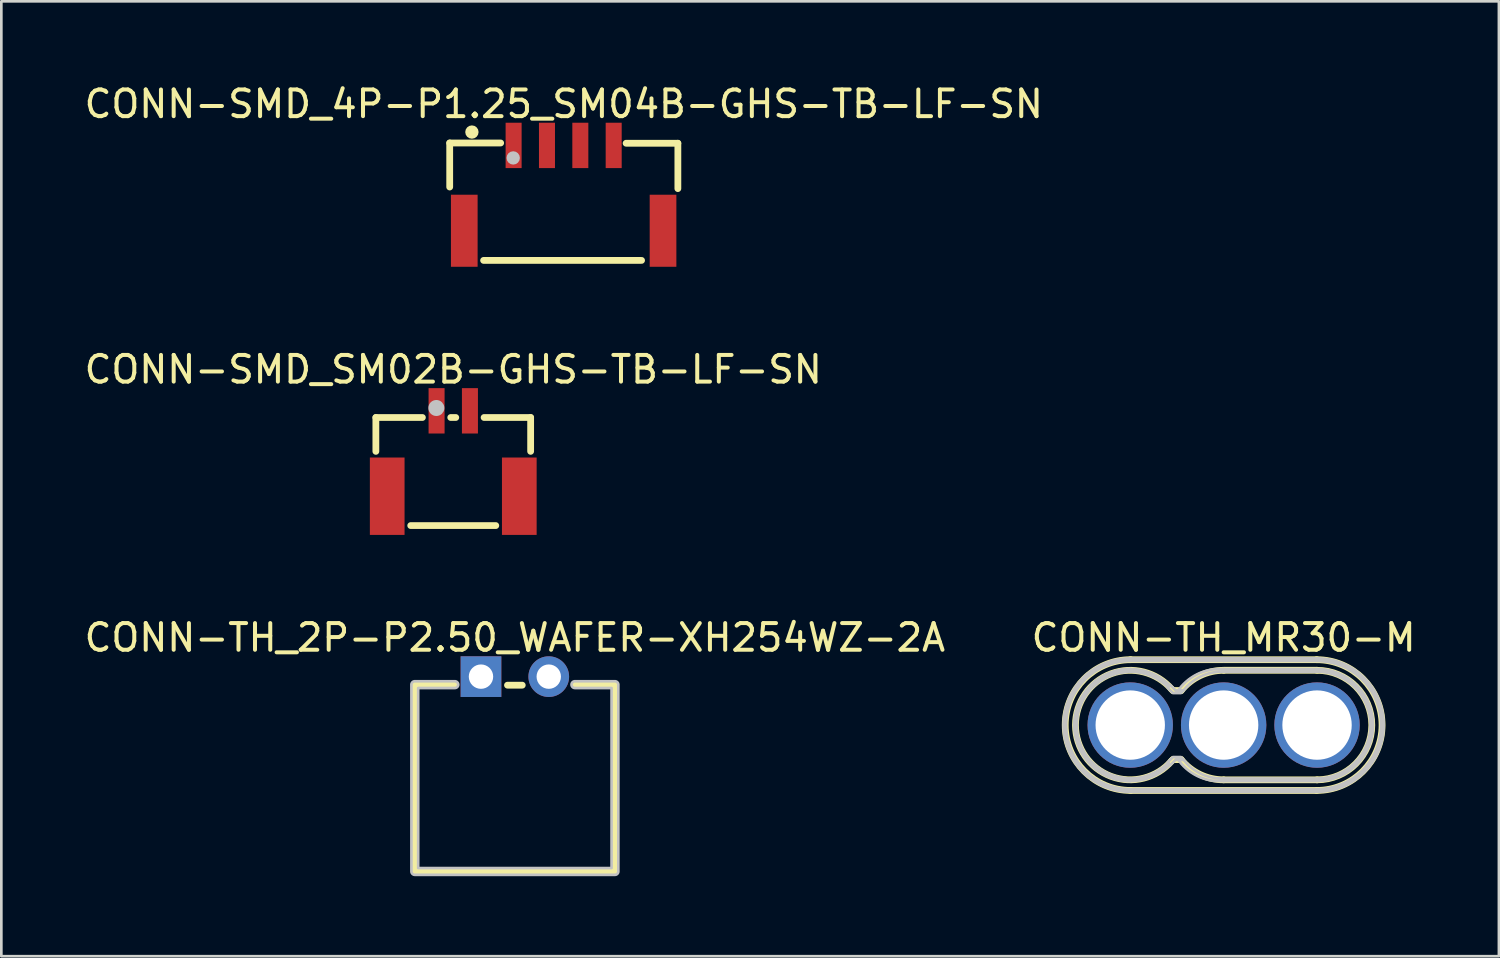
<source format=kicad_pcb>
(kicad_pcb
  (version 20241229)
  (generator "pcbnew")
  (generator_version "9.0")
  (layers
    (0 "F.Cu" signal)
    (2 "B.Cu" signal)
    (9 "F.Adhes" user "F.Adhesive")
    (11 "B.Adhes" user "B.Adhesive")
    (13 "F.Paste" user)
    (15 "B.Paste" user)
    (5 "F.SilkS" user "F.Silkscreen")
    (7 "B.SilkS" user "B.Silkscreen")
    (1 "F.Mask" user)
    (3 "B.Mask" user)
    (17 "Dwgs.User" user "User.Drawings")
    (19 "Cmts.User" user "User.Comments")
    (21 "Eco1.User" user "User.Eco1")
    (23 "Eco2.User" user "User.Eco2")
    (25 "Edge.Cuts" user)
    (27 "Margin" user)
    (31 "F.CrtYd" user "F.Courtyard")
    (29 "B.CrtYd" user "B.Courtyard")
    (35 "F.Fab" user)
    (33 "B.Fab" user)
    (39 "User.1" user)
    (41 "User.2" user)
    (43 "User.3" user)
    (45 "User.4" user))
  (footprint "CONN-SMD_4P-P1.25_SM04B-GHS-TB-LF-SN"
    (layer "F.Cu")
    (at 18.072 3.998)
    (property "Reference" "CONN-SMD_4P-P1.25_SM04B-GHS-TB-LF-SN" (at 0.005 -3.15 0) (layer "F.SilkS") (effects (font (size 1 1) (thickness 0.15))))
    (fp_line (start -4.27 -1.69) (end -4.27 -0.04) (stroke (width 0.254) (type default)) (layer "F.SilkS"))
    (fp_line (start -3 2.71) (end 2.92 2.71) (stroke (width 0.254) (type default)) (layer "F.SilkS"))
    (fp_line (start -2.36 -1.69) (end -4.27 -1.69) (stroke (width 0.254) (type default)) (layer "F.SilkS"))
    (fp_line (start 2.34 -1.68) (end 4.28 -1.68) (stroke (width 0.254) (type default)) (layer "F.SilkS"))
    (fp_line (start 4.28 -1.68) (end 4.28 0.02) (stroke (width 0.254) (type default)) (layer "F.SilkS"))
    (fp_circle (center -3.438 -2.099) (end -3.313 -2.099) (stroke (width 0.25) (type default)) (fill no) (layer "F.SilkS"))
    (fp_circle (center -1.89 -1.13) (end -1.765 -1.13) (stroke (width 0.25) (type default)) (fill no) (layer "Dwgs.User"))
    (fp_poly (pts (xy -3.874 0.57) (xy -3.575 0.57) (xy -3.575 2.57) (xy -3.874 2.57)) (stroke (width 0.1) (type default)) (fill no) (layer "User.1"))
    (fp_poly (pts (xy -1.976 -2.28) (xy -1.776 -2.28) (xy -1.776 -1.38) (xy -1.976 -1.38)) (stroke (width 0.1) (type default)) (fill no) (layer "User.1"))
    (fp_poly (pts (xy -0.726 -2.28) (xy -0.525 -2.28) (xy -0.525 -1.38) (xy -0.726 -1.38)) (stroke (width 0.1) (type default)) (fill no) (layer "User.1"))
    (fp_poly (pts (xy 0.524 -2.28) (xy 0.725 -2.28) (xy 0.725 -1.38) (xy 0.524 -1.38)) (stroke (width 0.1) (type default)) (fill no) (layer "User.1"))
    (fp_poly (pts (xy 1.77 -2.28) (xy 1.97 -2.28) (xy 1.97 -1.38) (xy 1.77 -1.38)) (stroke (width 0.1) (type default)) (fill no) (layer "User.1"))
    (fp_poly (pts (xy 3.575 0.57) (xy 3.874 0.57) (xy 3.874 2.57) (xy 3.575 2.57)) (stroke (width 0.1) (type default)) (fill no) (layer "User.1"))
    (fp_line (start -4.12 -1.48) (end 4.13 -1.48) (stroke (width 0.051) (type default)) (layer "User.2"))
    (fp_line (start -4.12 2.57) (end -4.12 -1.48) (stroke (width 0.051) (type default)) (layer "User.2"))
    (fp_line (start 4.13 -1.48) (end 4.13 2.57) (stroke (width 0.051) (type default)) (layer "User.2"))
    (fp_line (start 4.13 2.57) (end -4.12 2.57) (stroke (width 0.051) (type default)) (layer "User.2"))
    (fp_poly (pts (xy -4.065 -2.303) (xy -4.097 -2.335) (xy -4.143 -2.335) (xy -4.175 -2.303) (xy -4.175 -2.257) (xy -4.143 -2.225) (xy -4.097 -2.225) (xy -4.065 -2.257)) (stroke (width 0.1) (type default)) (fill no) (layer "User.3"))
    (pad "1" smd rect (at -1.875 -1.599) (size 0.6 1.7) (layers "F.Cu" "F.Mask" "F.Paste"))
    (pad "2" smd rect (at -0.625 -1.599) (size 0.6 1.7) (layers "F.Cu" "F.Mask" "F.Paste"))
    (pad "3" smd rect (at 0.625 -1.599) (size 0.6 1.7) (layers "F.Cu" "F.Mask" "F.Paste"))
    (pad "4" smd rect (at 1.875 -1.599) (size 0.6 1.7) (layers "F.Cu" "F.Mask" "F.Paste"))
    (pad "5" smd rect (at 3.724 1.599) (size 1 2.7) (layers "F.Cu" "F.Mask" "F.Paste"))
    (pad "6" smd rect (at -3.724 1.599) (size 1 2.7) (layers "F.Cu" "F.Mask" "F.Paste")))
  (footprint "CONN-SMD_SM02B-GHS-TB-LF-SN"
    (layer "F.Cu")
    (at 13.935 13.945)
    (property "Reference" "CONN-SMD_SM02B-GHS-TB-LF-SN" (at 0 -3.15 0) (layer "F.SilkS") (effects (font (size 1 1) (thickness 0.15))))
    (fp_line (start -2.9 -1.35) (end -2.9 -0.081) (stroke (width 0.254) (type default)) (layer "F.SilkS"))
    (fp_line (start -2.9 -1.35) (end -1.156 -1.35) (stroke (width 0.254) (type default)) (layer "F.SilkS"))
    (fp_line (start -1.594 2.7) (end 1.594 2.7) (stroke (width 0.254) (type default)) (layer "F.SilkS"))
    (fp_line (start -0.094 -1.35) (end 0.094 -1.35) (stroke (width 0.254) (type default)) (layer "F.SilkS"))
    (fp_line (start 1.156 -1.35) (end 2.9 -1.35) (stroke (width 0.254) (type default)) (layer "F.SilkS"))
    (fp_line (start 2.9 -1.35) (end 2.9 -0.081) (stroke (width 0.254) (type default)) (layer "F.SilkS"))
    (fp_circle (center -0.633 -1.706) (end -0.483 -1.706) (stroke (width 0.3) (type default)) (fill no) (layer "Dwgs.User"))
    (fp_poly (pts (xy -2.575 0.723) (xy -2.375 0.723) (xy -2.375 2.723) (xy -2.575 2.723)) (stroke (width 0.1) (type default)) (fill no) (layer "User.1"))
    (fp_poly (pts (xy -0.725 -2.127) (xy -0.525 -2.127) (xy -0.525 -1.127) (xy -0.725 -1.127)) (stroke (width 0.1) (type default)) (fill no) (layer "User.1"))
    (fp_poly (pts (xy 0.525 -2.127) (xy 0.725 -2.127) (xy 0.725 -1.127) (xy 0.525 -1.127)) (stroke (width 0.1) (type default)) (fill no) (layer "User.1"))
    (fp_poly (pts (xy 2.375 0.723) (xy 2.575 0.723) (xy 2.575 2.723) (xy 2.375 2.723)) (stroke (width 0.1) (type default)) (fill no) (layer "User.1"))
    (fp_line (start -2.875 -1.327) (end 2.875 -1.327) (stroke (width 0.051) (type default)) (layer "User.2"))
    (fp_line (start -2.875 2.723) (end -2.875 -1.327) (stroke (width 0.051) (type default)) (layer "User.2"))
    (fp_line (start 2.875 -1.327) (end 2.875 2.723) (stroke (width 0.051) (type default)) (layer "User.2"))
    (fp_line (start 2.875 2.723) (end -2.875 2.723) (stroke (width 0.051) (type default)) (layer "User.2"))
    (fp_poly (pts (xy -2.82 -2.15) (xy -2.852 -2.182) (xy -2.898 -2.182) (xy -2.93 -2.15) (xy -2.93 -2.104) (xy -2.898 -2.072) (xy -2.852 -2.072) (xy -2.82 -2.104)) (stroke (width 0.1) (type default)) (fill no) (layer "User.3"))
    (pad "1" smd rect (at -0.625 -1.6) (size 0.6 1.7) (layers "F.Cu" "F.Mask" "F.Paste"))
    (pad "2" smd rect (at 0.625 -1.6) (size 0.6 1.7) (layers "F.Cu" "F.Mask" "F.Paste"))
    (pad "3" smd rect (at 2.475 1.6) (size 1.3 2.9) (layers "F.Cu" "F.Mask" "F.Paste"))
    (pad "4" smd rect (at -2.475 1.6) (size 1.3 2.9) (layers "F.Cu" "F.Mask" "F.Paste")))
  (footprint "CONN-TH_MR30-M"
    (layer "F.Cu")
    (at 42.804 24.121)
    (property "Reference" "CONN-TH_MR30-M" (at 0 -3.277 0) (layer "F.SilkS") (effects (font (size 1 1) (thickness 0.15))))
    (fp_line (start -3.486 -2.45) (end 3.486 -2.45) (stroke (width 0.254) (type default)) (layer "F.SilkS"))
    (fp_line (start -3.486 2.45) (end 3.486 2.45) (stroke (width 0.254) (type default)) (layer "F.SilkS"))
    (fp_line (start -1.95 -1.344) (end -1.899 -1.294) (stroke (width 0.254) (type default)) (layer "F.SilkS"))
    (fp_line (start -1.95 1.344) (end -1.899 1.294) (stroke (width 0.254) (type default)) (layer "F.SilkS"))
    (fp_line (start -1.899 -1.294) (end -1.593 -1.294) (stroke (width 0.254) (type default)) (layer "F.SilkS"))
    (fp_line (start -1.899 1.294) (end -1.593 1.294) (stroke (width 0.254) (type default)) (layer "F.SilkS"))
    (fp_line (start 0.01 2.052) (end 3.5 2.052) (stroke (width 0.254) (type default)) (layer "F.SilkS"))
    (fp_line (start 0.011 -2.053) (end 3.5 -2.053) (stroke (width 0.254) (type default)) (layer "F.SilkS"))
    (fp_arc (start -3.4865 2.45) (mid -5.944513 0) (end -3.4865 -2.45) (stroke (width 0.254) (type default)) (layer "F.SilkS"))
    (fp_arc (start -1.9495 1.344) (mid -5.551923 0) (end -1.9495 -1.344) (stroke (width 0.254) (type default)) (layer "F.SilkS"))
    (fp_arc (start -1.5925 -1.294) (mid -0.881836 -1.852797) (end 0 -2.052) (stroke (width 0.254) (type default)) (layer "F.SilkS"))
    (fp_arc (start -0.0005 2.0515) (mid -0.882359 1.852344) (end -1.593 1.2935) (stroke (width 0.254) (type default)) (layer "F.SilkS"))
    (fp_arc (start 3.4865 -2.45) (mid 5.944513 0) (end 3.4865 2.45) (stroke (width 0.254) (type default)) (layer "F.SilkS"))
    (fp_arc (start 3.5 -2.052) (mid 5.552 0) (end 3.5 2.052) (stroke (width 0.254) (type default)) (layer "F.SilkS"))
    (fp_poly (pts (xy -2 1.5) (xy -2.1 1.4) (xy -1.9 1.2) (xy -1.6 1.2) (xy -1.5 1.3) (xy -1.8 1.3)) (stroke (width 0.1) (type default)) (fill no) (layer "Dwgs.User"))
    (fp_poly (pts (xy -2 -1.5) (xy -1.9 -1.4) (xy -1.8 -1.3) (xy -1.6 -1.3) (xy -1.5 -1.3) (xy -1.6 -1.2) (xy -1.9 -1.2) (xy -2.1 -1.4)) (stroke (width 0.1) (type default)) (fill no) (layer "Dwgs.User"))
    (fp_poly (pts (xy 0 -2.1) (arc (start -0.1 -2.1) (mid -1.000106 -1.900153) (end -1.7 -1.3)) (arc (start -1.5 -1.3) (mid -0.880062 -1.810124) (end -0.1 -2)) (xy 0 -2)) (stroke (width 0.1) (type default)) (fill no) (layer "Dwgs.User"))
    (fp_poly (pts (xy 0 2.1) (arc (start -0.1 2.1) (mid -1.000106 1.900153) (end -1.7 1.3)) (arc (start -1.5 1.3) (mid -0.880062 1.810124) (end -0.1 2)) (xy 0 2)) (stroke (width 0.1) (type default)) (fill no) (layer "Dwgs.User"))
    (fp_poly (pts (arc (start -5.6 0) (mid -4.984924 -1.484924) (end -3.5 -2.1)) (arc (start -3.5 -2) (mid -4.914214 -1.414214) (end -5.5 0))) (stroke (width 0.1) (type default)) (fill no) (layer "Dwgs.User"))
    (fp_poly (pts (arc (start -4.985 -1.485) (mid -3.5 -2.100107) (end -2.015 -1.485)) (arc (start -2.086 -1.414) (mid -3.5 -1.999698) (end -4.914 -1.414))) (stroke (width 0.1) (type default)) (fill no) (layer "Dwgs.User"))
    (fp_poly (pts (arc (start -3.5 2.1) (mid -4.984924 1.484924) (end -5.6 0)) (arc (start -5.5 0) (mid -4.914214 1.414214) (end -3.5 2))) (stroke (width 0.1) (type default)) (fill no) (layer "Dwgs.User"))
    (fp_poly (pts (arc (start -2.015 1.485) (mid -3.5 2.100107) (end -4.985 1.485)) (arc (start -4.914 1.414) (mid -3.5 1.999698) (end -2.086 1.414))) (stroke (width 0.1) (type default)) (fill no) (layer "Dwgs.User"))
    (fp_poly (pts (xy 0.1 -2.1) (arc (start 3.5 -2.1) (mid 4.984924 -1.484924) (end 5.6 0)) (arc (start 5.6 0) (mid 4.984924 1.484924) (end 3.5 2.1)) (xy 0 2.1) (xy 0 2) (arc (start 3.5 2) (mid 4.914214 1.414214) (end 5.5 0)) (arc (start 5.5 0) (mid 4.914214 -1.414214) (end 3.5 -2)) (xy 0 -2) (xy 0 -2.1)) (stroke (width 0.1) (type default)) (fill no) (layer "Dwgs.User"))
    (fp_poly (pts (xy -3.2 2.4) (arc (start -3.5 2.4) (mid -5.197056 1.697056) (end -5.9 0)) (arc (start -5.9 0) (mid -5.197056 -1.697056) (end -3.5 -2.4)) (xy 0 -2.4) (xy 0 -2.5) (arc (start -3.5 -2.5) (mid -5.267767 -1.767767) (end -6 0)) (arc (start -6 0) (mid -5.267767 1.767767) (end -3.5 2.5)) (xy -3.2 2.5) (xy 0 2.5) (xy 0 2.4) (xy -2.5 2.4)) (stroke (width 0.1) (type default)) (fill no) (layer "Dwgs.User"))
    (fp_poly (pts (xy 3.2 -2.4) (arc (start 3.5 -2.4) (mid 5.197056 -1.697056) (end 5.9 0)) (arc (start 5.9 0) (mid 5.197056 1.697056) (end 3.5 2.4)) (xy 0 2.4) (xy 0 2.5) (arc (start 3.5 2.5) (mid 5.267767 1.767767) (end 6 0)) (arc (start 6 0) (mid 5.267767 -1.767767) (end 3.5 -2.5)) (xy 3.2 -2.5) (xy 0 -2.5) (xy 0 -2.4) (xy 2.5 -2.4)) (stroke (width 0.1) (type default)) (fill no) (layer "Dwgs.User"))
    (fp_poly (pts (xy -2.254 -0.098) (xy -2.285 -0.292) (xy -2.345 -0.478) (xy -2.434 -0.653) (xy -2.549 -0.812) (xy -2.688 -0.951) (xy -2.847 -1.066) (xy -3.022 -1.155) (xy -3.208 -1.215) (xy -3.402 -1.246) (xy -3.598 -1.246) (xy -3.792 -1.215) (xy -3.978 -1.155) (xy -4.153 -1.066) (xy -4.312 -0.951) (xy -4.451 -0.812) (xy -4.566 -0.653) (xy -4.655 -0.478) (xy -4.715 -0.292) (xy -4.746 -0.098) (xy -4.746 0.098) (xy -4.715 0.292) (xy -4.655 0.478) (xy -4.566 0.653) (xy -4.451 0.812) (xy -4.312 0.951) (xy -4.153 1.066) (xy -3.978 1.155) (xy -3.792 1.215) (xy -3.598 1.246) (xy -3.402 1.246) (xy -3.208 1.215) (xy -3.022 1.155) (xy -2.847 1.066) (xy -2.688 0.951) (xy -2.549 0.812) (xy -2.434 0.653) (xy -2.345 0.478) (xy -2.285 0.292) (xy -2.254 0.098)) (stroke (width 0.1) (type default)) (fill no) (layer "User.1"))
    (fp_poly (pts (xy 1.246 -0.098) (xy 1.215 -0.292) (xy 1.155 -0.478) (xy 1.066 -0.653) (xy 0.951 -0.812) (xy 0.812 -0.951) (xy 0.653 -1.066) (xy 0.478 -1.155) (xy 0.292 -1.215) (xy 0.098 -1.246) (xy -0.098 -1.246) (xy -0.292 -1.215) (xy -0.478 -1.155) (xy -0.653 -1.066) (xy -0.812 -0.951) (xy -0.951 -0.812) (xy -1.066 -0.653) (xy -1.155 -0.478) (xy -1.215 -0.292) (xy -1.246 -0.098) (xy -1.246 0.098) (xy -1.215 0.292) (xy -1.155 0.478) (xy -1.066 0.653) (xy -0.951 0.812) (xy -0.812 0.951) (xy -0.653 1.066) (xy -0.478 1.155) (xy -0.292 1.215) (xy -0.098 1.246) (xy 0.098 1.246) (xy 0.292 1.215) (xy 0.478 1.155) (xy 0.653 1.066) (xy 0.812 0.951) (xy 0.951 0.812) (xy 1.066 0.653) (xy 1.155 0.478) (xy 1.215 0.292) (xy 1.246 0.098)) (stroke (width 0.1) (type default)) (fill no) (layer "User.1"))
    (fp_poly (pts (xy 4.746 -0.098) (xy 4.715 -0.292) (xy 4.655 -0.478) (xy 4.566 -0.653) (xy 4.451 -0.812) (xy 4.312 -0.951) (xy 4.153 -1.066) (xy 3.978 -1.155) (xy 3.792 -1.215) (xy 3.598 -1.246) (xy 3.402 -1.246) (xy 3.208 -1.215) (xy 3.022 -1.155) (xy 2.847 -1.066) (xy 2.688 -0.951) (xy 2.549 -0.812) (xy 2.434 -0.653) (xy 2.345 -0.478) (xy 2.285 -0.292) (xy 2.254 -0.098) (xy 2.254 0.098) (xy 2.285 0.292) (xy 2.345 0.478) (xy 2.434 0.653) (xy 2.549 0.812) (xy 2.688 0.951) (xy 2.847 1.066) (xy 3.022 1.155) (xy 3.208 1.215) (xy 3.402 1.246) (xy 3.598 1.246) (xy 3.792 1.215) (xy 3.978 1.155) (xy 4.153 1.066) (xy 4.312 0.951) (xy 4.451 0.812) (xy 4.566 0.653) (xy 4.655 0.478) (xy 4.715 0.292) (xy 4.746 0.098)) (stroke (width 0.1) (type default)) (fill no) (layer "User.1"))
    (fp_line (start -3.494 -2.45) (end -0.1 -2.45) (stroke (width 0.051) (type default)) (layer "User.2"))
    (fp_line (start -0.1 -2.45) (end 3.494 -2.45) (stroke (width 0.051) (type default)) (layer "User.2"))
    (fp_line (start 0 2.45) (end -3.494 2.45) (stroke (width 0.051) (type default)) (layer "User.2"))
    (fp_line (start 3.494 2.45) (end 0 2.45) (stroke (width 0.051) (type default)) (layer "User.2"))
    (fp_arc (start -5.9445 0) (mid -5.226912 -1.732412) (end -3.4945 -2.45) (stroke (width 0.051) (type default)) (layer "User.2"))
    (fp_arc (start -3.4945 2.45) (mid -5.226912 1.732412) (end -5.9445 0) (stroke (width 0.051) (type default)) (layer "User.2"))
    (fp_arc (start 3.4945 -2.45) (mid 5.226912 -1.732412) (end 5.9445 0) (stroke (width 0.051) (type default)) (layer "User.2"))
    (fp_arc (start 5.9445 0) (mid 5.226912 1.732412) (end 3.4945 2.45) (stroke (width 0.051) (type default)) (layer "User.2"))
    (fp_poly (pts (xy -5.889 2.427) (xy -5.922 2.395) (xy -5.967 2.395) (xy -6 2.427) (xy -6 2.473) (xy -5.967 2.505) (xy -5.922 2.505) (xy -5.889 2.473)) (stroke (width 0.1) (type default)) (fill no) (layer "User.3"))
    (pad "1" thru_hole circle (at -3.5 0) (size 3.2 3.2) (drill 2.6) (layers "*.Cu" "*.Mask"))
    (pad "2" thru_hole circle (at 0 0) (size 3.2 3.2) (drill 2.6) (layers "*.Cu" "*.Mask"))
    (pad "3" thru_hole circle (at 3.5 0) (size 3.2 3.2) (drill 2.6) (layers "*.Cu" "*.Mask")))
  (footprint "CONN-TH_2P-P2.50_WAFER-XH254WZ-2A"
    (layer "F.Cu")
    (at 16.244 22.306)
    (property "Reference" "CONN-TH_2P-P2.50_WAFER-XH254WZ-2A" (at 0 -1.462 0) (layer "F.SilkS") (effects (font (size 1 1) (thickness 0.15))))
    (fp_line (start -3.75 0.32) (end -3.75 7.32) (stroke (width 0.254) (type default)) (layer "F.SilkS"))
    (fp_line (start -3.75 7.32) (end 3.75 7.32) (stroke (width 0.254) (type default)) (layer "F.SilkS"))
    (fp_line (start -2.264 0.32) (end -3.75 0.32) (stroke (width 0.254) (type default)) (layer "F.SilkS"))
    (fp_line (start 0.277 0.32) (end -0.277 0.32) (stroke (width 0.254) (type default)) (layer "F.SilkS"))
    (fp_line (start 3.75 0.32) (end 2.263 0.32) (stroke (width 0.254) (type default)) (layer "F.SilkS"))
    (fp_line (start 3.75 7.32) (end 3.75 0.32) (stroke (width 0.254) (type default)) (layer "F.SilkS"))
    (fp_poly (pts (arc (start -2.25 0.173) (mid -2.123 0.3) (end -2.25 0.427)) (xy -3.623 0.427) (xy -3.623 7.173) (xy 3.623 7.173) (xy 3.623 0.427) (arc (start 2.25 0.427) (mid 2.123 0.3) (end 2.25 0.173)) (arc (start 3.75 0.173) (mid 3.839803 0.210197) (end 3.877 0.3)) (arc (start 3.877 7.3) (mid 3.839803 7.389803) (end 3.75 7.427)) (arc (start -3.75 7.427) (mid -3.839803 7.389803) (end -3.877 7.3)) (arc (start -3.877 0.3) (mid -3.839803 0.210197) (end -3.75 0.173))) (stroke (width 0.1) (type default)) (fill no) (layer "Dwgs.User"))
    (fp_poly (pts (xy -1.59 -0.31) (xy -0.95 -0.31) (xy -0.95 0.33) (xy -1.59 0.33)) (stroke (width 0.1) (type default)) (fill no) (layer "User.1"))
    (fp_poly (pts (xy 0.95 -0.31) (xy 1.59 -0.31) (xy 1.59 0.33) (xy 0.95 0.33)) (stroke (width 0.1) (type default)) (fill no) (layer "User.1"))
    (fp_line (start -3.75 0.32) (end 3.75 0.32) (stroke (width 0.051) (type default)) (layer "User.2"))
    (fp_line (start -3.75 7.32) (end -3.75 0.32) (stroke (width 0.051) (type default)) (layer "User.2"))
    (fp_line (start 3.75 0.32) (end 3.75 7.32) (stroke (width 0.051) (type default)) (layer "User.2"))
    (fp_line (start 3.75 7.32) (end -3.75 7.32) (stroke (width 0.051) (type default)) (layer "User.2"))
    (fp_poly (pts (xy -3.695 7.297) (xy -3.727 7.265) (xy -3.773 7.265) (xy -3.805 7.297) (xy -3.805 7.343) (xy -3.773 7.375) (xy -3.727 7.375) (xy -3.695 7.343)) (stroke (width 0.1) (type default)) (fill no) (layer "User.3"))
    (pad "1" thru_hole rect (at -1.27 0) (size 1.524 1.524) (drill 0.914) (layers "*.Cu" "*.Mask"))
    (pad "2" thru_hole circle (at 1.27 0) (size 1.524 1.524) (drill 0.914) (layers "*.Cu" "*.Mask")))
  (gr_rect
    (start -3 -3)
    (end 53.119 32.783)
    (stroke (width 0.1) (type default))
    (fill no)
    (layer "Edge.Cuts")))
</source>
